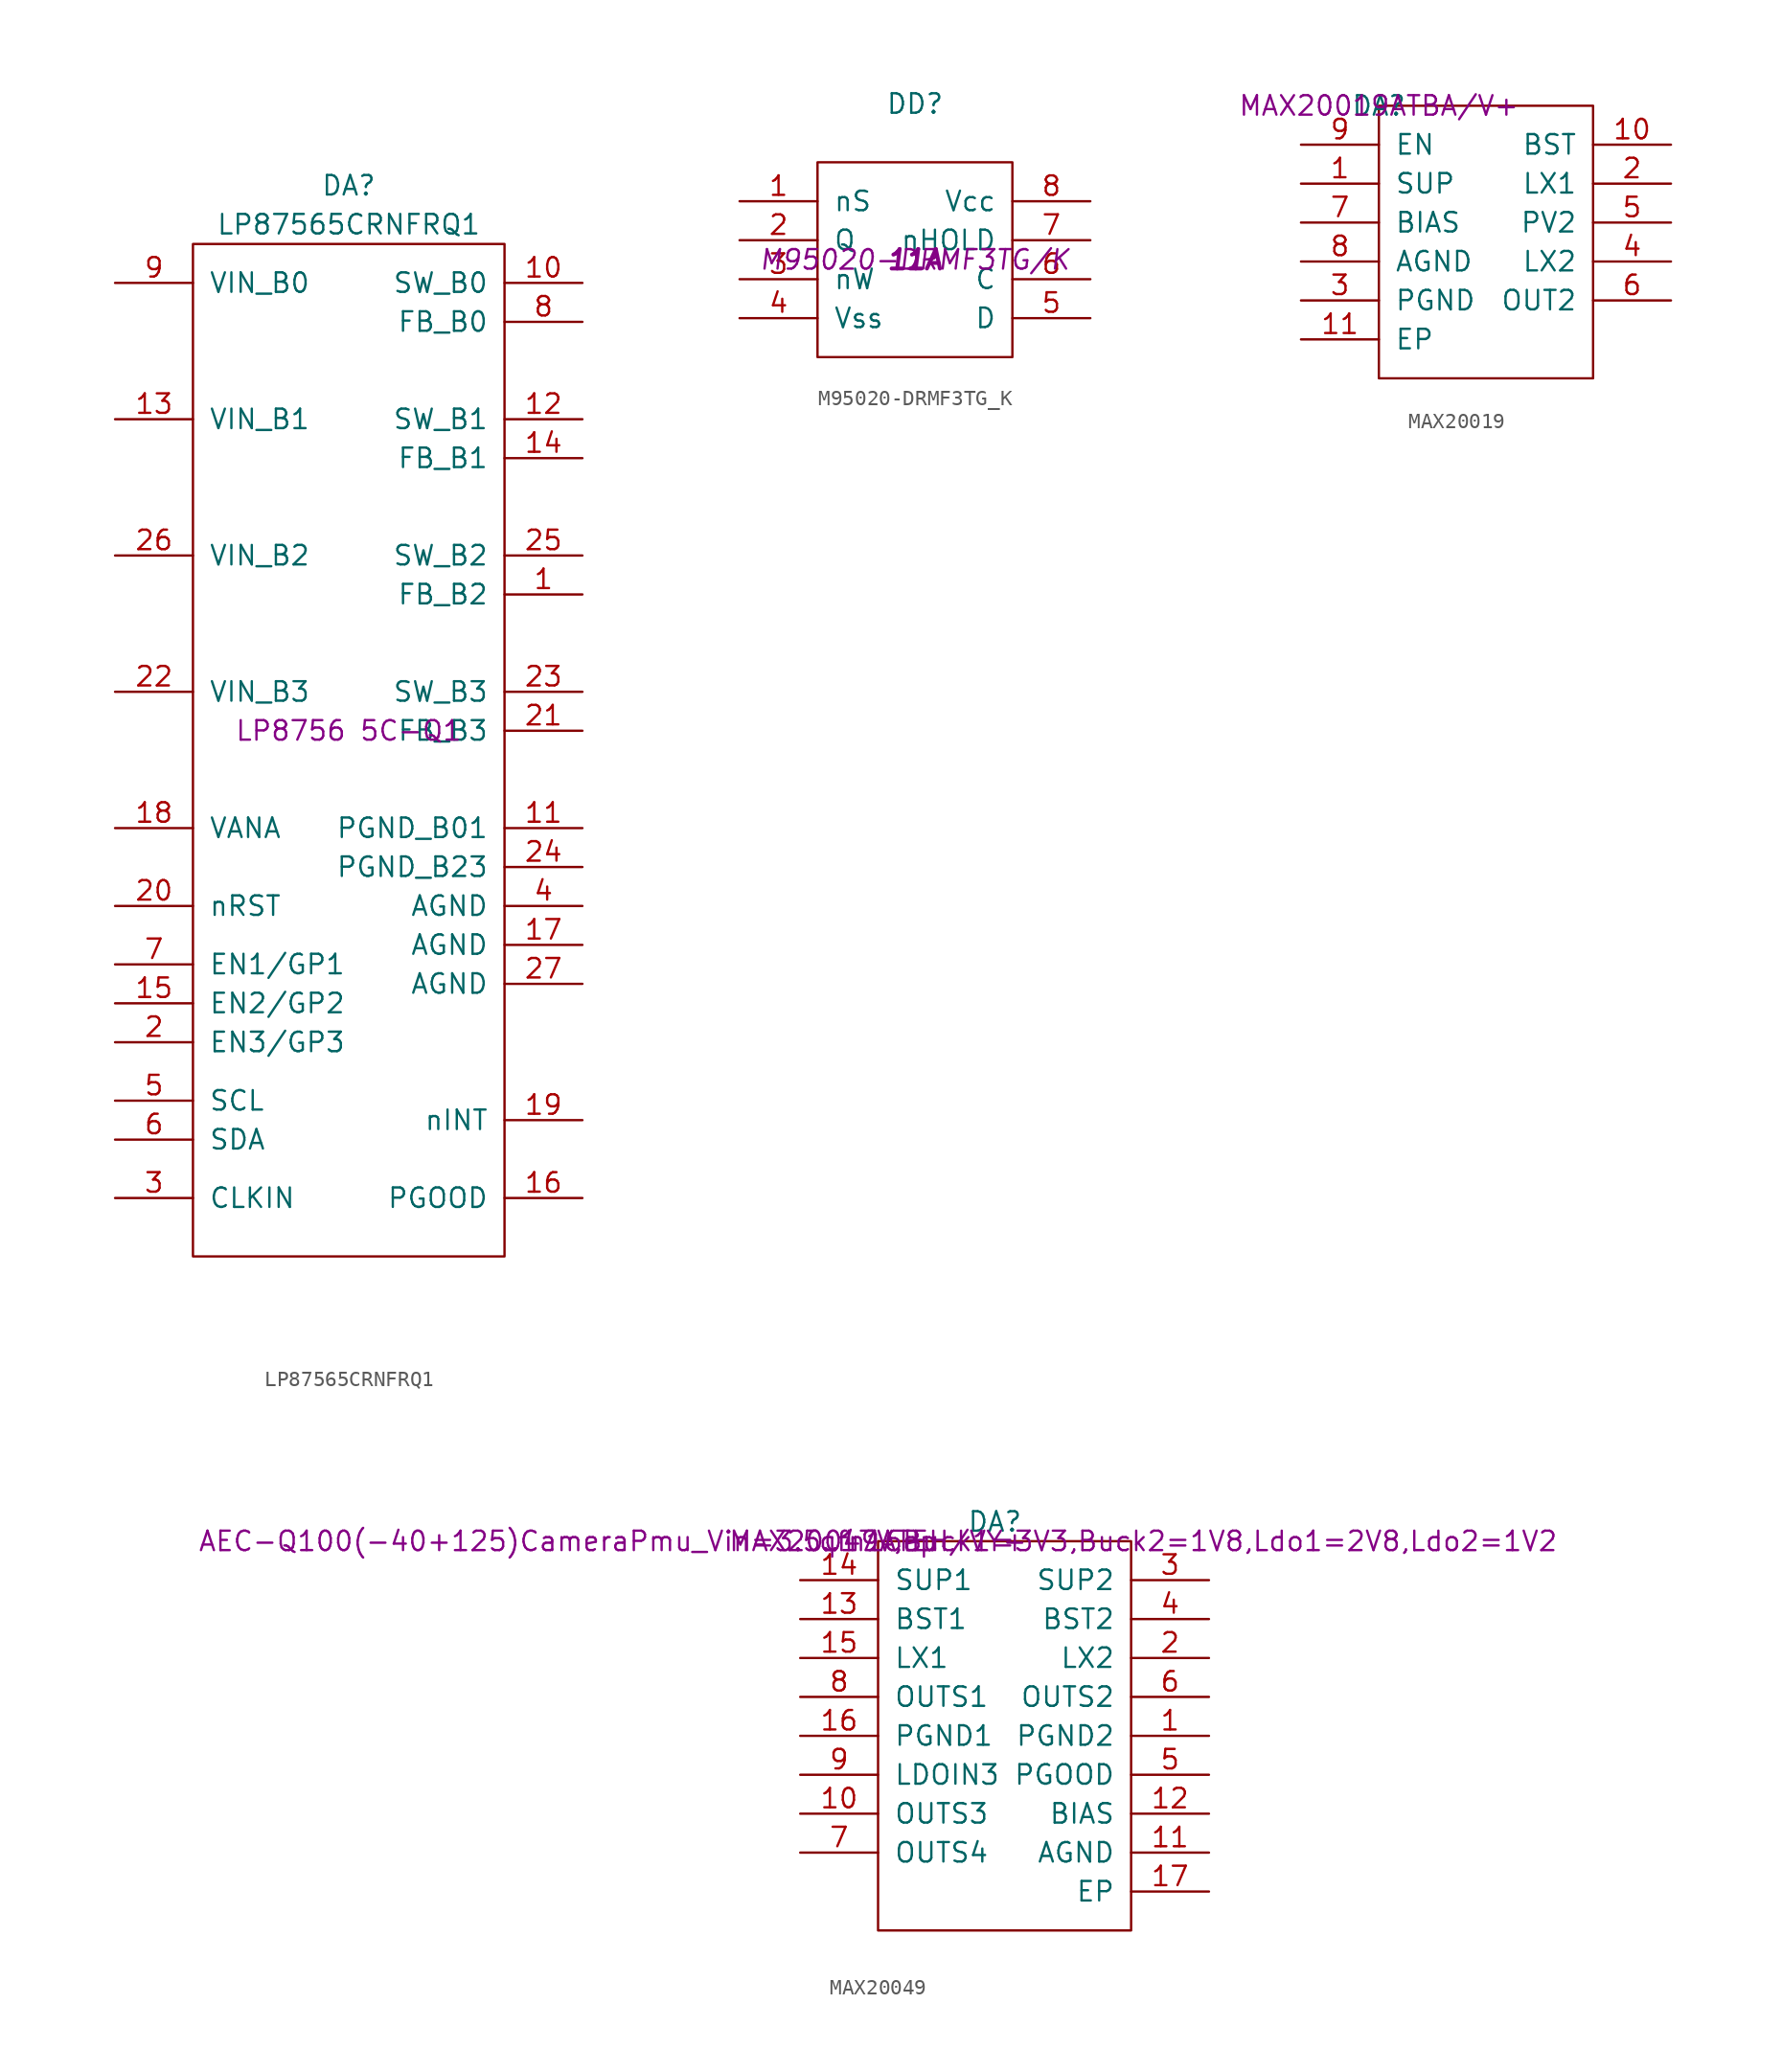
<source format=kicad_sym>
(kicad_symbol_lib
  (version 20211014)
  (generator kicad_symbol_editor)
  (symbol "LP87565CRNFRQ1"
    (pin_names
      (offset 1.016))
    (property "Reference" "DA"
      (at 0 35.56 0)
      (effects (font (size 1.27 1.27))))
    (property "Value" "LP87565CRNFRQ1"
      (at 0 33.02 0)
      (effects (font (size 1.27 1.27))))
    (property "Mark" "LP8756 5C-Q1"
      (at 0 0 0)
      (effects (font (size 1.27 1.27))))
    (symbol "LP87565CRNFRQ1_0_1"
      (rectangle (start -10.16 31.75) (end 10.16 -34.29) (stroke (width 0) (type default) (color 0 0 0 0)) (fill (type none))))
    (symbol "LP87565CRNFRQ1_1_1"
      (pin passive line (at 15.24 8.89 180) (length 5.08) (name "FB_B2" (effects (font (size 1.27 1.27)))) (number "1" (effects (font (size 1.27 1.27)))))
      (pin passive line (at 15.24 29.21 180) (length 5.08) (name "SW_B0" (effects (font (size 1.27 1.27)))) (number "10" (effects (font (size 1.27 1.27)))))
      (pin passive line (at 15.24 -6.35 180) (length 5.08) (name "PGND_B01" (effects (font (size 1.27 1.27)))) (number "11" (effects (font (size 1.27 1.27)))))
      (pin passive line (at 15.24 20.32 180) (length 5.08) (name "SW_B1" (effects (font (size 1.27 1.27)))) (number "12" (effects (font (size 1.27 1.27)))))
      (pin passive line (at -15.24 20.32 0) (length 5.08) (name "VIN_B1" (effects (font (size 1.27 1.27)))) (number "13" (effects (font (size 1.27 1.27)))))
      (pin passive line (at 15.24 17.78 180) (length 5.08) (name "FB_B1" (effects (font (size 1.27 1.27)))) (number "14" (effects (font (size 1.27 1.27)))))
      (pin passive line (at -15.24 -17.78 0) (length 5.08) (name "EN2/GP2" (effects (font (size 1.27 1.27)))) (number "15" (effects (font (size 1.27 1.27)))))
      (pin passive line (at 15.24 -30.48 180) (length 5.08) (name "PGOOD" (effects (font (size 1.27 1.27)))) (number "16" (effects (font (size 1.27 1.27)))))
      (pin passive line (at 15.24 -13.97 180) (length 5.08) (name "AGND" (effects (font (size 1.27 1.27)))) (number "17" (effects (font (size 1.27 1.27)))))
      (pin passive line (at -15.24 -6.35 0) (length 5.08) (name "VANA" (effects (font (size 1.27 1.27)))) (number "18" (effects (font (size 1.27 1.27)))))
      (pin passive line (at 15.24 -25.4 180) (length 5.08) (name "nINT" (effects (font (size 1.27 1.27)))) (number "19" (effects (font (size 1.27 1.27)))))
      (pin passive line (at -15.24 -20.32 0) (length 5.08) (name "EN3/GP3" (effects (font (size 1.27 1.27)))) (number "2" (effects (font (size 1.27 1.27)))))
      (pin passive line (at -15.24 -11.43 0) (length 5.08) (name "nRST" (effects (font (size 1.27 1.27)))) (number "20" (effects (font (size 1.27 1.27)))))
      (pin passive line (at 15.24 0 180) (length 5.08) (name "FB_B3" (effects (font (size 1.27 1.27)))) (number "21" (effects (font (size 1.27 1.27)))))
      (pin passive line (at -15.24 2.54 0) (length 5.08) (name "VIN_B3" (effects (font (size 1.27 1.27)))) (number "22" (effects (font (size 1.27 1.27)))))
      (pin passive line (at 15.24 2.54 180) (length 5.08) (name "SW_B3" (effects (font (size 1.27 1.27)))) (number "23" (effects (font (size 1.27 1.27)))))
      (pin passive line (at 15.24 -8.89 180) (length 5.08) (name "PGND_B23" (effects (font (size 1.27 1.27)))) (number "24" (effects (font (size 1.27 1.27)))))
      (pin passive line (at 15.24 11.43 180) (length 5.08) (name "SW_B2" (effects (font (size 1.27 1.27)))) (number "25" (effects (font (size 1.27 1.27)))))
      (pin passive line (at -15.24 11.43 0) (length 5.08) (name "VIN_B2" (effects (font (size 1.27 1.27)))) (number "26" (effects (font (size 1.27 1.27)))))
      (pin passive line (at 15.24 -16.51 180) (length 5.08) (name "AGND" (effects (font (size 1.27 1.27)))) (number "27" (effects (font (size 1.27 1.27)))))
      (pin passive line (at -15.24 -30.48 0) (length 5.08) (name "CLKIN" (effects (font (size 1.27 1.27)))) (number "3" (effects (font (size 1.27 1.27)))))
      (pin passive line (at 15.24 -11.43 180) (length 5.08) (name "AGND" (effects (font (size 1.27 1.27)))) (number "4" (effects (font (size 1.27 1.27)))))
      (pin passive line (at -15.24 -24.13 0) (length 5.08) (name "SCL" (effects (font (size 1.27 1.27)))) (number "5" (effects (font (size 1.27 1.27)))))
      (pin passive line (at -15.24 -26.67 0) (length 5.08) (name "SDA" (effects (font (size 1.27 1.27)))) (number "6" (effects (font (size 1.27 1.27)))))
      (pin passive line (at -15.24 -15.24 0) (length 5.08) (name "EN1/GP1" (effects (font (size 1.27 1.27)))) (number "7" (effects (font (size 1.27 1.27)))))
      (pin passive line (at 15.24 26.67 180) (length 5.08) (name "FB_B0" (effects (font (size 1.27 1.27)))) (number "8" (effects (font (size 1.27 1.27)))))
      (pin passive line (at -15.24 29.21 0) (length 5.08) (name "VIN_B0" (effects (font (size 1.27 1.27)))) (number "9" (effects (font (size 1.27 1.27)))))))
  (symbol "M95020-DRMF3TG_K"
    (pin_names
      (offset 1.016))
    (property "Reference" "DD"
      (at 0 10.16 0)
      (effects (font (size 1.27 1.27))))
    (property "p/n" "M95020-DRMF3TG/K"
      (at 0 0 0)
      (effects (font (size 1.27 1.27) italic)))
    (property "Mark" "11A"
      (at 0 0 0)
      (effects (font (size 1.27 1.27) bold italic)))
    (symbol "M95020-DRMF3TG_K_0_1"
      (rectangle (start -6.35 6.35) (end 6.35 -6.35) (stroke (width 0) (type default) (color 0 0 0 0)) (fill (type none))))
    (symbol "M95020-DRMF3TG_K_1_1"
      (pin passive line (at -11.43 3.81 0) (length 5.08) (name "nS" (effects (font (size 1.27 1.27)))) (number "1" (effects (font (size 1.27 1.27)))))
      (pin passive line (at -11.43 1.27 0) (length 5.08) (name "Q" (effects (font (size 1.27 1.27)))) (number "2" (effects (font (size 1.27 1.27)))))
      (pin passive line (at -11.43 -1.27 0) (length 5.08) (name "nW" (effects (font (size 1.27 1.27)))) (number "3" (effects (font (size 1.27 1.27)))))
      (pin passive line (at -11.43 -3.81 0) (length 5.08) (name "Vss" (effects (font (size 1.27 1.27)))) (number "4" (effects (font (size 1.27 1.27)))))
      (pin passive line (at 11.43 -3.81 180) (length 5.08) (name "D" (effects (font (size 1.27 1.27)))) (number "5" (effects (font (size 1.27 1.27)))))
      (pin passive line (at 11.43 -1.27 180) (length 5.08) (name "C" (effects (font (size 1.27 1.27)))) (number "6" (effects (font (size 1.27 1.27)))))
      (pin passive line (at 11.43 1.27 180) (length 5.08) (name "nHOLD" (effects (font (size 1.27 1.27)))) (number "7" (effects (font (size 1.27 1.27)))))
      (pin passive line (at 11.43 3.81 180) (length 5.08) (name "Vcc" (effects (font (size 1.27 1.27)))) (number "8" (effects (font (size 1.27 1.27)))))))
  (symbol "MAX20019"
    (pin_names
      (offset 1.016))
    (property "Reference" "DA"
      (at 0 0 0)
      (effects (font (size 1.27 1.27))))
    (property "p/n" "MAX20019ATBA/V+"
      (at 0 0 0)
      (effects (font (size 1.27 1.27))))
    (symbol "MAX20019_0_1"
      (rectangle (start 0 0) (end 13.97 -17.78) (stroke (width 0) (type default) (color 0 0 0 0)) (fill (type none))))
    (symbol "MAX20019_1_1"
      (pin passive line (at -5.08 -5.08 0) (length 5.08) (name "SUP" (effects (font (size 1.27 1.27)))) (number "1" (effects (font (size 1.27 1.27)))))
      (pin passive line (at 19.05 -2.54 180) (length 5.08) (name "BST" (effects (font (size 1.27 1.27)))) (number "10" (effects (font (size 1.27 1.27)))))
      (pin passive line (at -5.08 -15.24 0) (length 5.08) (name "EP" (effects (font (size 1.27 1.27)))) (number "11" (effects (font (size 1.27 1.27)))))
      (pin passive line (at 19.05 -5.08 180) (length 5.08) (name "LX1" (effects (font (size 1.27 1.27)))) (number "2" (effects (font (size 1.27 1.27)))))
      (pin passive line (at -5.08 -12.7 0) (length 5.08) (name "PGND" (effects (font (size 1.27 1.27)))) (number "3" (effects (font (size 1.27 1.27)))))
      (pin passive line (at 19.05 -10.16 180) (length 5.08) (name "LX2" (effects (font (size 1.27 1.27)))) (number "4" (effects (font (size 1.27 1.27)))))
      (pin passive line (at 19.05 -7.62 180) (length 5.08) (name "PV2" (effects (font (size 1.27 1.27)))) (number "5" (effects (font (size 1.27 1.27)))))
      (pin passive line (at 19.05 -12.7 180) (length 5.08) (name "OUT2" (effects (font (size 1.27 1.27)))) (number "6" (effects (font (size 1.27 1.27)))))
      (pin passive line (at -5.08 -7.62 0) (length 5.08) (name "BIAS" (effects (font (size 1.27 1.27)))) (number "7" (effects (font (size 1.27 1.27)))))
      (pin passive line (at -5.08 -10.16 0) (length 5.08) (name "AGND" (effects (font (size 1.27 1.27)))) (number "8" (effects (font (size 1.27 1.27)))))
      (pin passive line (at -5.08 -2.54 0) (length 5.08) (name "EN" (effects (font (size 1.27 1.27)))) (number "9" (effects (font (size 1.27 1.27)))))))
  (symbol "MAX20049"
    (pin_names
      (offset 1.016))
    (property "Reference" "DA"
      (at 7.62 1.27 0)
      (effects (font (size 1.27 1.27))))
    (property "p/n" "MAX20049ATEH/VY+"
      (at 0 0 0)
      (effects (font (size 1.27 1.27))))
    (property "Descr" "AEC-Q100(-40+125)CameraPmu_Vin=3.5..17V,Buck1=3V3,Buck2=1V8,Ldo1=2V8,Ldo2=1V2"
      (at 0 0 0)
      (effects (font (size 1.27 1.27))))
    (property "Case" "qfn16ep"
      (at 0 0 0)
      (effects (font (size 1.27 1.27))))
    (symbol "MAX20049_0_1"
      (rectangle (start 0 0) (end 16.51 -25.4) (stroke (width 0) (type default) (color 0 0 0 0)) (fill (type none))))
    (symbol "MAX20049_1_1"
      (pin passive line (at 21.59 -12.7 180) (length 5.08) (name "PGND2" (effects (font (size 1.27 1.27)))) (number "1" (effects (font (size 1.27 1.27)))))
      (pin passive line (at -5.08 -17.78 0) (length 5.08) (name "OUTS3" (effects (font (size 1.27 1.27)))) (number "10" (effects (font (size 1.27 1.27)))))
      (pin passive line (at 21.59 -20.32 180) (length 5.08) (name "AGND" (effects (font (size 1.27 1.27)))) (number "11" (effects (font (size 1.27 1.27)))))
      (pin passive line (at 21.59 -17.78 180) (length 5.08) (name "BIAS" (effects (font (size 1.27 1.27)))) (number "12" (effects (font (size 1.27 1.27)))))
      (pin passive line (at -5.08 -5.08 0) (length 5.08) (name "BST1" (effects (font (size 1.27 1.27)))) (number "13" (effects (font (size 1.27 1.27)))))
      (pin passive line (at -5.08 -2.54 0) (length 5.08) (name "SUP1" (effects (font (size 1.27 1.27)))) (number "14" (effects (font (size 1.27 1.27)))))
      (pin passive line (at -5.08 -7.62 0) (length 5.08) (name "LX1" (effects (font (size 1.27 1.27)))) (number "15" (effects (font (size 1.27 1.27)))))
      (pin passive line (at -5.08 -12.7 0) (length 5.08) (name "PGND1" (effects (font (size 1.27 1.27)))) (number "16" (effects (font (size 1.27 1.27)))))
      (pin passive line (at 21.59 -22.86 180) (length 5.08) (name "EP" (effects (font (size 1.27 1.27)))) (number "17" (effects (font (size 1.27 1.27)))))
      (pin passive line (at 21.59 -7.62 180) (length 5.08) (name "LX2" (effects (font (size 1.27 1.27)))) (number "2" (effects (font (size 1.27 1.27)))))
      (pin passive line (at 21.59 -2.54 180) (length 5.08) (name "SUP2" (effects (font (size 1.27 1.27)))) (number "3" (effects (font (size 1.27 1.27)))))
      (pin passive line (at 21.59 -5.08 180) (length 5.08) (name "BST2" (effects (font (size 1.27 1.27)))) (number "4" (effects (font (size 1.27 1.27)))))
      (pin passive line (at 21.59 -15.24 180) (length 5.08) (name "PGOOD" (effects (font (size 1.27 1.27)))) (number "5" (effects (font (size 1.27 1.27)))))
      (pin passive line (at 21.59 -10.16 180) (length 5.08) (name "OUTS2" (effects (font (size 1.27 1.27)))) (number "6" (effects (font (size 1.27 1.27)))))
      (pin passive line (at -5.08 -20.32 0) (length 5.08) (name "OUTS4" (effects (font (size 1.27 1.27)))) (number "7" (effects (font (size 1.27 1.27)))))
      (pin passive line (at -5.08 -10.16 0) (length 5.08) (name "OUTS1" (effects (font (size 1.27 1.27)))) (number "8" (effects (font (size 1.27 1.27)))))
      (pin passive line (at -5.08 -15.24 0) (length 5.08) (name "LDOIN3" (effects (font (size 1.27 1.27)))) (number "9" (effects (font (size 1.27 1.27))))))))
</source>
